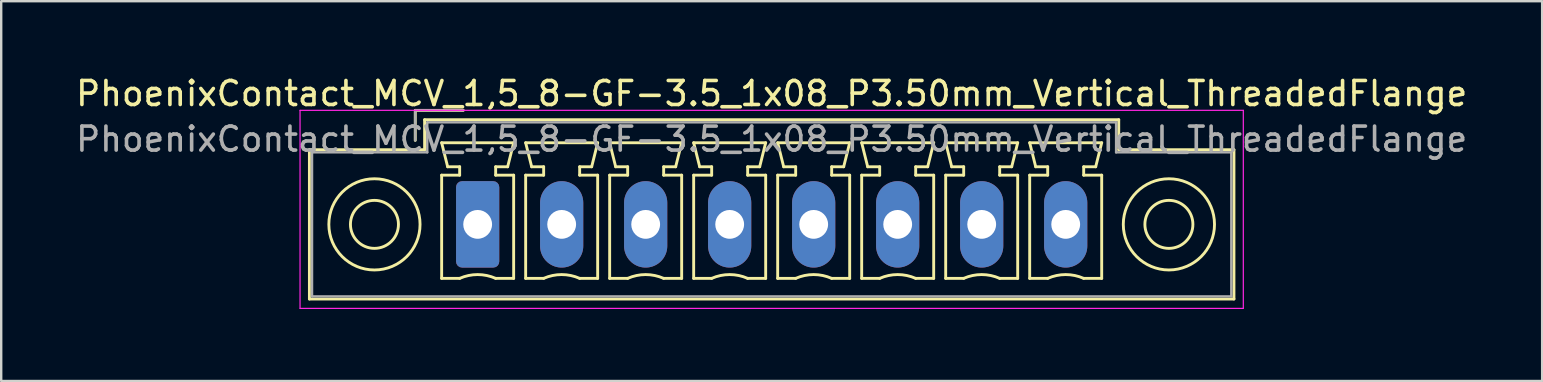
<source format=kicad_pcb>
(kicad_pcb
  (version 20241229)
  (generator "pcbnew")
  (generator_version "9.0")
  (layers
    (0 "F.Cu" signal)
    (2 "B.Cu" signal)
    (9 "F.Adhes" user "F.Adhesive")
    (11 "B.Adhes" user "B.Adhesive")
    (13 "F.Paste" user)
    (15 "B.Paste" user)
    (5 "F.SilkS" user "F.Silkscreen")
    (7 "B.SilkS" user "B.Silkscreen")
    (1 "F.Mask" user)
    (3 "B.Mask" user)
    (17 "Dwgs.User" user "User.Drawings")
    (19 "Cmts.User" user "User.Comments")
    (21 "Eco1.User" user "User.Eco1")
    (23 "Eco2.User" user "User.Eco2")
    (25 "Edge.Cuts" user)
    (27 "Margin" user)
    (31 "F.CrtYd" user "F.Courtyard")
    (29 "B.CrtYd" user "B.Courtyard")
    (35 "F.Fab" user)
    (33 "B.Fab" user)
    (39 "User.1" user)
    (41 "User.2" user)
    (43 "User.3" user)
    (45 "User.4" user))
  (footprint "PhoenixContact_MCV_1,5_8-GF-3.5_1x08_P3.50mm_Vertical_ThreadedFlange"
    (layer "F.Cu")
    (at 16.851 6.298)
    (property "Reference" "PhoenixContact_MCV_1,5_8-GF-3.5_1x08_P3.50mm_Vertical_ThreadedFlange" (at 12.25 -5.45 0) (layer "F.SilkS") (effects (font (size 1 1) (thickness 0.15))))
    (attr through_hole)
    (fp_line (start -7.01 -3.11) (end -7.01 3.11) (stroke (width 0.12) (type solid)) (layer "F.SilkS"))
    (fp_line (start -7.01 3.11) (end 31.51 3.11) (stroke (width 0.12) (type solid)) (layer "F.SilkS"))
    (fp_line (start -2.6 -4.75) (end -0.6 -4.75) (stroke (width 0.12) (type solid)) (layer "F.SilkS"))
    (fp_line (start -2.6 -3.5) (end -2.6 -4.75) (stroke (width 0.12) (type solid)) (layer "F.SilkS"))
    (fp_line (start -2.21 -4.36) (end -2.21 -3.11) (stroke (width 0.12) (type solid)) (layer "F.SilkS"))
    (fp_line (start -2.21 -3.11) (end -7.01 -3.11) (stroke (width 0.12) (type solid)) (layer "F.SilkS"))
    (fp_line (start -1.5 -3.4) (end 1.5 -3.4) (stroke (width 0.12) (type solid)) (layer "F.SilkS"))
    (fp_line (start -1.5 -2.05) (end -0.75 -2.05) (stroke (width 0.12) (type solid)) (layer "F.SilkS"))
    (fp_line (start -1.5 2.25) (end -1.5 -2.05) (stroke (width 0.12) (type solid)) (layer "F.SilkS"))
    (fp_line (start -1.25 -2.4) (end -1.5 -3.4) (stroke (width 0.12) (type solid)) (layer "F.SilkS"))
    (fp_line (start -0.75 -2.4) (end -1.25 -2.4) (stroke (width 0.12) (type solid)) (layer "F.SilkS"))
    (fp_line (start -0.75 -2.05) (end -0.75 -2.4) (stroke (width 0.12) (type solid)) (layer "F.SilkS"))
    (fp_line (start -0.75 2.25) (end -1.5 2.25) (stroke (width 0.12) (type solid)) (layer "F.SilkS"))
    (fp_line (start 0.75 -2.4) (end 0.75 -2.05) (stroke (width 0.12) (type solid)) (layer "F.SilkS"))
    (fp_line (start 0.75 -2.05) (end 1.5 -2.05) (stroke (width 0.12) (type solid)) (layer "F.SilkS"))
    (fp_line (start 1.25 -2.4) (end 0.75 -2.4) (stroke (width 0.12) (type solid)) (layer "F.SilkS"))
    (fp_line (start 1.5 -3.4) (end 1.25 -2.4) (stroke (width 0.12) (type solid)) (layer "F.SilkS"))
    (fp_line (start 1.5 -2.05) (end 1.5 2.25) (stroke (width 0.12) (type solid)) (layer "F.SilkS"))
    (fp_line (start 1.5 2.25) (end 0.75 2.25) (stroke (width 0.12) (type solid)) (layer "F.SilkS"))
    (fp_line (start 2 -3.4) (end 5 -3.4) (stroke (width 0.12) (type solid)) (layer "F.SilkS"))
    (fp_line (start 2 -2.05) (end 2.75 -2.05) (stroke (width 0.12) (type solid)) (layer "F.SilkS"))
    (fp_line (start 2 2.25) (end 2 -2.05) (stroke (width 0.12) (type solid)) (layer "F.SilkS"))
    (fp_line (start 2.25 -2.4) (end 2 -3.4) (stroke (width 0.12) (type solid)) (layer "F.SilkS"))
    (fp_line (start 2.75 -2.4) (end 2.25 -2.4) (stroke (width 0.12) (type solid)) (layer "F.SilkS"))
    (fp_line (start 2.75 -2.05) (end 2.75 -2.4) (stroke (width 0.12) (type solid)) (layer "F.SilkS"))
    (fp_line (start 2.75 2.25) (end 2 2.25) (stroke (width 0.12) (type solid)) (layer "F.SilkS"))
    (fp_line (start 4.25 -2.4) (end 4.25 -2.05) (stroke (width 0.12) (type solid)) (layer "F.SilkS"))
    (fp_line (start 4.25 -2.05) (end 5 -2.05) (stroke (width 0.12) (type solid)) (layer "F.SilkS"))
    (fp_line (start 4.75 -2.4) (end 4.25 -2.4) (stroke (width 0.12) (type solid)) (layer "F.SilkS"))
    (fp_line (start 5 -3.4) (end 4.75 -2.4) (stroke (width 0.12) (type solid)) (layer "F.SilkS"))
    (fp_line (start 5 -2.05) (end 5 2.25) (stroke (width 0.12) (type solid)) (layer "F.SilkS"))
    (fp_line (start 5 2.25) (end 4.25 2.25) (stroke (width 0.12) (type solid)) (layer "F.SilkS"))
    (fp_line (start 5.5 -3.4) (end 8.5 -3.4) (stroke (width 0.12) (type solid)) (layer "F.SilkS"))
    (fp_line (start 5.5 -2.05) (end 6.25 -2.05) (stroke (width 0.12) (type solid)) (layer "F.SilkS"))
    (fp_line (start 5.5 2.25) (end 5.5 -2.05) (stroke (width 0.12) (type solid)) (layer "F.SilkS"))
    (fp_line (start 5.75 -2.4) (end 5.5 -3.4) (stroke (width 0.12) (type solid)) (layer "F.SilkS"))
    (fp_line (start 6.25 -2.4) (end 5.75 -2.4) (stroke (width 0.12) (type solid)) (layer "F.SilkS"))
    (fp_line (start 6.25 -2.05) (end 6.25 -2.4) (stroke (width 0.12) (type solid)) (layer "F.SilkS"))
    (fp_line (start 6.25 2.25) (end 5.5 2.25) (stroke (width 0.12) (type solid)) (layer "F.SilkS"))
    (fp_line (start 7.75 -2.4) (end 7.75 -2.05) (stroke (width 0.12) (type solid)) (layer "F.SilkS"))
    (fp_line (start 7.75 -2.05) (end 8.5 -2.05) (stroke (width 0.12) (type solid)) (layer "F.SilkS"))
    (fp_line (start 8.25 -2.4) (end 7.75 -2.4) (stroke (width 0.12) (type solid)) (layer "F.SilkS"))
    (fp_line (start 8.5 -3.4) (end 8.25 -2.4) (stroke (width 0.12) (type solid)) (layer "F.SilkS"))
    (fp_line (start 8.5 -2.05) (end 8.5 2.25) (stroke (width 0.12) (type solid)) (layer "F.SilkS"))
    (fp_line (start 8.5 2.25) (end 7.75 2.25) (stroke (width 0.12) (type solid)) (layer "F.SilkS"))
    (fp_line (start 9 -3.4) (end 12 -3.4) (stroke (width 0.12) (type solid)) (layer "F.SilkS"))
    (fp_line (start 9 -2.05) (end 9.75 -2.05) (stroke (width 0.12) (type solid)) (layer "F.SilkS"))
    (fp_line (start 9 2.25) (end 9 -2.05) (stroke (width 0.12) (type solid)) (layer "F.SilkS"))
    (fp_line (start 9.25 -2.4) (end 9 -3.4) (stroke (width 0.12) (type solid)) (layer "F.SilkS"))
    (fp_line (start 9.75 -2.4) (end 9.25 -2.4) (stroke (width 0.12) (type solid)) (layer "F.SilkS"))
    (fp_line (start 9.75 -2.05) (end 9.75 -2.4) (stroke (width 0.12) (type solid)) (layer "F.SilkS"))
    (fp_line (start 9.75 2.25) (end 9 2.25) (stroke (width 0.12) (type solid)) (layer "F.SilkS"))
    (fp_line (start 11.25 -2.4) (end 11.25 -2.05) (stroke (width 0.12) (type solid)) (layer "F.SilkS"))
    (fp_line (start 11.25 -2.05) (end 12 -2.05) (stroke (width 0.12) (type solid)) (layer "F.SilkS"))
    (fp_line (start 11.75 -2.4) (end 11.25 -2.4) (stroke (width 0.12) (type solid)) (layer "F.SilkS"))
    (fp_line (start 12 -3.4) (end 11.75 -2.4) (stroke (width 0.12) (type solid)) (layer "F.SilkS"))
    (fp_line (start 12 -2.05) (end 12 2.25) (stroke (width 0.12) (type solid)) (layer "F.SilkS"))
    (fp_line (start 12 2.25) (end 11.25 2.25) (stroke (width 0.12) (type solid)) (layer "F.SilkS"))
    (fp_line (start 12.5 -3.4) (end 15.5 -3.4) (stroke (width 0.12) (type solid)) (layer "F.SilkS"))
    (fp_line (start 12.5 -2.05) (end 13.25 -2.05) (stroke (width 0.12) (type solid)) (layer "F.SilkS"))
    (fp_line (start 12.5 2.25) (end 12.5 -2.05) (stroke (width 0.12) (type solid)) (layer "F.SilkS"))
    (fp_line (start 12.75 -2.4) (end 12.5 -3.4) (stroke (width 0.12) (type solid)) (layer "F.SilkS"))
    (fp_line (start 13.25 -2.4) (end 12.75 -2.4) (stroke (width 0.12) (type solid)) (layer "F.SilkS"))
    (fp_line (start 13.25 -2.05) (end 13.25 -2.4) (stroke (width 0.12) (type solid)) (layer "F.SilkS"))
    (fp_line (start 13.25 2.25) (end 12.5 2.25) (stroke (width 0.12) (type solid)) (layer "F.SilkS"))
    (fp_line (start 14.75 -2.4) (end 14.75 -2.05) (stroke (width 0.12) (type solid)) (layer "F.SilkS"))
    (fp_line (start 14.75 -2.05) (end 15.5 -2.05) (stroke (width 0.12) (type solid)) (layer "F.SilkS"))
    (fp_line (start 15.25 -2.4) (end 14.75 -2.4) (stroke (width 0.12) (type solid)) (layer "F.SilkS"))
    (fp_line (start 15.5 -3.4) (end 15.25 -2.4) (stroke (width 0.12) (type solid)) (layer "F.SilkS"))
    (fp_line (start 15.5 -2.05) (end 15.5 2.25) (stroke (width 0.12) (type solid)) (layer "F.SilkS"))
    (fp_line (start 15.5 2.25) (end 14.75 2.25) (stroke (width 0.12) (type solid)) (layer "F.SilkS"))
    (fp_line (start 16 -3.4) (end 19 -3.4) (stroke (width 0.12) (type solid)) (layer "F.SilkS"))
    (fp_line (start 16 -2.05) (end 16.75 -2.05) (stroke (width 0.12) (type solid)) (layer "F.SilkS"))
    (fp_line (start 16 2.25) (end 16 -2.05) (stroke (width 0.12) (type solid)) (layer "F.SilkS"))
    (fp_line (start 16.25 -2.4) (end 16 -3.4) (stroke (width 0.12) (type solid)) (layer "F.SilkS"))
    (fp_line (start 16.75 -2.4) (end 16.25 -2.4) (stroke (width 0.12) (type solid)) (layer "F.SilkS"))
    (fp_line (start 16.75 -2.05) (end 16.75 -2.4) (stroke (width 0.12) (type solid)) (layer "F.SilkS"))
    (fp_line (start 16.75 2.25) (end 16 2.25) (stroke (width 0.12) (type solid)) (layer "F.SilkS"))
    (fp_line (start 18.25 -2.4) (end 18.25 -2.05) (stroke (width 0.12) (type solid)) (layer "F.SilkS"))
    (fp_line (start 18.25 -2.05) (end 19 -2.05) (stroke (width 0.12) (type solid)) (layer "F.SilkS"))
    (fp_line (start 18.75 -2.4) (end 18.25 -2.4) (stroke (width 0.12) (type solid)) (layer "F.SilkS"))
    (fp_line (start 19 -3.4) (end 18.75 -2.4) (stroke (width 0.12) (type solid)) (layer "F.SilkS"))
    (fp_line (start 19 -2.05) (end 19 2.25) (stroke (width 0.12) (type solid)) (layer "F.SilkS"))
    (fp_line (start 19 2.25) (end 18.25 2.25) (stroke (width 0.12) (type solid)) (layer "F.SilkS"))
    (fp_line (start 19.5 -3.4) (end 22.5 -3.4) (stroke (width 0.12) (type solid)) (layer "F.SilkS"))
    (fp_line (start 19.5 -2.05) (end 20.25 -2.05) (stroke (width 0.12) (type solid)) (layer "F.SilkS"))
    (fp_line (start 19.5 2.25) (end 19.5 -2.05) (stroke (width 0.12) (type solid)) (layer "F.SilkS"))
    (fp_line (start 19.75 -2.4) (end 19.5 -3.4) (stroke (width 0.12) (type solid)) (layer "F.SilkS"))
    (fp_line (start 20.25 -2.4) (end 19.75 -2.4) (stroke (width 0.12) (type solid)) (layer "F.SilkS"))
    (fp_line (start 20.25 -2.05) (end 20.25 -2.4) (stroke (width 0.12) (type solid)) (layer "F.SilkS"))
    (fp_line (start 20.25 2.25) (end 19.5 2.25) (stroke (width 0.12) (type solid)) (layer "F.SilkS"))
    (fp_line (start 21.75 -2.4) (end 21.75 -2.05) (stroke (width 0.12) (type solid)) (layer "F.SilkS"))
    (fp_line (start 21.75 -2.05) (end 22.5 -2.05) (stroke (width 0.12) (type solid)) (layer "F.SilkS"))
    (fp_line (start 22.25 -2.4) (end 21.75 -2.4) (stroke (width 0.12) (type solid)) (layer "F.SilkS"))
    (fp_line (start 22.5 -3.4) (end 22.25 -2.4) (stroke (width 0.12) (type solid)) (layer "F.SilkS"))
    (fp_line (start 22.5 -2.05) (end 22.5 2.25) (stroke (width 0.12) (type solid)) (layer "F.SilkS"))
    (fp_line (start 22.5 2.25) (end 21.75 2.25) (stroke (width 0.12) (type solid)) (layer "F.SilkS"))
    (fp_line (start 23 -3.4) (end 26 -3.4) (stroke (width 0.12) (type solid)) (layer "F.SilkS"))
    (fp_line (start 23 -2.05) (end 23.75 -2.05) (stroke (width 0.12) (type solid)) (layer "F.SilkS"))
    (fp_line (start 23 2.25) (end 23 -2.05) (stroke (width 0.12) (type solid)) (layer "F.SilkS"))
    (fp_line (start 23.25 -2.4) (end 23 -3.4) (stroke (width 0.12) (type solid)) (layer "F.SilkS"))
    (fp_line (start 23.75 -2.4) (end 23.25 -2.4) (stroke (width 0.12) (type solid)) (layer "F.SilkS"))
    (fp_line (start 23.75 -2.05) (end 23.75 -2.4) (stroke (width 0.12) (type solid)) (layer "F.SilkS"))
    (fp_line (start 23.75 2.25) (end 23 2.25) (stroke (width 0.12) (type solid)) (layer "F.SilkS"))
    (fp_line (start 25.25 -2.4) (end 25.25 -2.05) (stroke (width 0.12) (type solid)) (layer "F.SilkS"))
    (fp_line (start 25.25 -2.05) (end 26 -2.05) (stroke (width 0.12) (type solid)) (layer "F.SilkS"))
    (fp_line (start 25.75 -2.4) (end 25.25 -2.4) (stroke (width 0.12) (type solid)) (layer "F.SilkS"))
    (fp_line (start 26 -3.4) (end 25.75 -2.4) (stroke (width 0.12) (type solid)) (layer "F.SilkS"))
    (fp_line (start 26 -2.05) (end 26 2.25) (stroke (width 0.12) (type solid)) (layer "F.SilkS"))
    (fp_line (start 26 2.25) (end 25.25 2.25) (stroke (width 0.12) (type solid)) (layer "F.SilkS"))
    (fp_line (start 26.71 -4.36) (end -2.21 -4.36) (stroke (width 0.12) (type solid)) (layer "F.SilkS"))
    (fp_line (start 26.71 -3.11) (end 26.71 -4.36) (stroke (width 0.12) (type solid)) (layer "F.SilkS"))
    (fp_line (start 31.51 -3.11) (end 26.71 -3.11) (stroke (width 0.12) (type solid)) (layer "F.SilkS"))
    (fp_line (start 31.51 3.11) (end 31.51 -3.11) (stroke (width 0.12) (type solid)) (layer "F.SilkS"))
    (fp_arc (start -0.75 2.25) (mid -0.000193 2.09191) (end 0.749647 2.249844) (stroke (width 0.12) (type solid)) (layer "F.SilkS"))
    (fp_arc (start 2.75 2.25) (mid 3.499807 2.09191) (end 4.249647 2.249844) (stroke (width 0.12) (type solid)) (layer "F.SilkS"))
    (fp_arc (start 6.25 2.25) (mid 6.999807 2.09191) (end 7.749647 2.249844) (stroke (width 0.12) (type solid)) (layer "F.SilkS"))
    (fp_arc (start 9.75 2.25) (mid 10.499807 2.09191) (end 11.249647 2.249844) (stroke (width 0.12) (type solid)) (layer "F.SilkS"))
    (fp_arc (start 13.25 2.25) (mid 13.999807 2.09191) (end 14.749647 2.249844) (stroke (width 0.12) (type solid)) (layer "F.SilkS"))
    (fp_arc (start 16.75 2.25) (mid 17.499807 2.09191) (end 18.249647 2.249844) (stroke (width 0.12) (type solid)) (layer "F.SilkS"))
    (fp_arc (start 20.25 2.25) (mid 20.999807 2.09191) (end 21.749647 2.249844) (stroke (width 0.12) (type solid)) (layer "F.SilkS"))
    (fp_arc (start 23.75 2.25) (mid 24.499807 2.09191) (end 25.249647 2.249844) (stroke (width 0.12) (type solid)) (layer "F.SilkS"))
    (fp_circle (center -4.3 0) (end -3.3 0) (stroke (width 0.12) (type solid)) (fill no) (layer "F.SilkS"))
    (fp_circle (center -4.3 0) (end -2.4 0) (stroke (width 0.12) (type solid)) (fill no) (layer "F.SilkS"))
    (fp_circle (center 28.8 0) (end 29.8 0) (stroke (width 0.12) (type solid)) (fill no) (layer "F.SilkS"))
    (fp_circle (center 28.8 0) (end 30.7 0) (stroke (width 0.12) (type solid)) (fill no) (layer "F.SilkS"))
    (fp_line (start -7.4 -4.75) (end -7.4 3.5) (stroke (width 0.05) (type solid)) (layer "F.CrtYd"))
    (fp_line (start -7.4 3.5) (end 31.9 3.5) (stroke (width 0.05) (type solid)) (layer "F.CrtYd"))
    (fp_line (start 31.9 -4.75) (end -7.4 -4.75) (stroke (width 0.05) (type solid)) (layer "F.CrtYd"))
    (fp_line (start 31.9 3.5) (end 31.9 -4.75) (stroke (width 0.05) (type solid)) (layer "F.CrtYd"))
    (fp_line (start -6.9 -3) (end -6.9 3) (stroke (width 0.1) (type solid)) (layer "F.Fab"))
    (fp_line (start -6.9 3) (end 31.4 3) (stroke (width 0.1) (type solid)) (layer "F.Fab"))
    (fp_line (start -2.6 -4.75) (end -0.6 -4.75) (stroke (width 0.1) (type solid)) (layer "F.Fab"))
    (fp_line (start -2.6 -3.5) (end -2.6 -4.75) (stroke (width 0.1) (type solid)) (layer "F.Fab"))
    (fp_line (start -2.1 -4.25) (end -2.1 -3) (stroke (width 0.1) (type solid)) (layer "F.Fab"))
    (fp_line (start -2.1 -3) (end -6.9 -3) (stroke (width 0.1) (type solid)) (layer "F.Fab"))
    (fp_line (start 26.6 -4.25) (end -2.1 -4.25) (stroke (width 0.1) (type solid)) (layer "F.Fab"))
    (fp_line (start 26.6 -3) (end 26.6 -4.25) (stroke (width 0.1) (type solid)) (layer "F.Fab"))
    (fp_line (start 31.4 -3) (end 26.6 -3) (stroke (width 0.1) (type solid)) (layer "F.Fab"))
    (fp_line (start 31.4 3) (end 31.4 -3) (stroke (width 0.1) (type solid)) (layer "F.Fab"))
    (fp_text user "${REFERENCE}" (at 12.25 -3.55 0) (layer "F.Fab") (effects (font (size 1 1) (thickness 0.15))))
    (pad "1" thru_hole roundrect (at 0 0) (size 1.8 3.6) (drill 1.2) (layers "*.Cu" "*.Mask") (roundrect_rratio 0.139))
    (pad "2" thru_hole oval (at 3.5 0) (size 1.8 3.6) (drill 1.2) (layers "*.Cu" "*.Mask"))
    (pad "3" thru_hole oval (at 7 0) (size 1.8 3.6) (drill 1.2) (layers "*.Cu" "*.Mask"))
    (pad "4" thru_hole oval (at 10.5 0) (size 1.8 3.6) (drill 1.2) (layers "*.Cu" "*.Mask"))
    (pad "5" thru_hole oval (at 14 0) (size 1.8 3.6) (drill 1.2) (layers "*.Cu" "*.Mask"))
    (pad "6" thru_hole oval (at 17.5 0) (size 1.8 3.6) (drill 1.2) (layers "*.Cu" "*.Mask"))
    (pad "7" thru_hole oval (at 21 0) (size 1.8 3.6) (drill 1.2) (layers "*.Cu" "*.Mask"))
    (pad "8" thru_hole oval (at 24.5 0) (size 1.8 3.6) (drill 1.2) (layers "*.Cu" "*.Mask")))
  (gr_rect
    (start -3 -3)
    (end 61.202 12.823)
    (stroke (width 0.1) (type default))
    (fill no)
    (layer "Edge.Cuts")))
</source>
